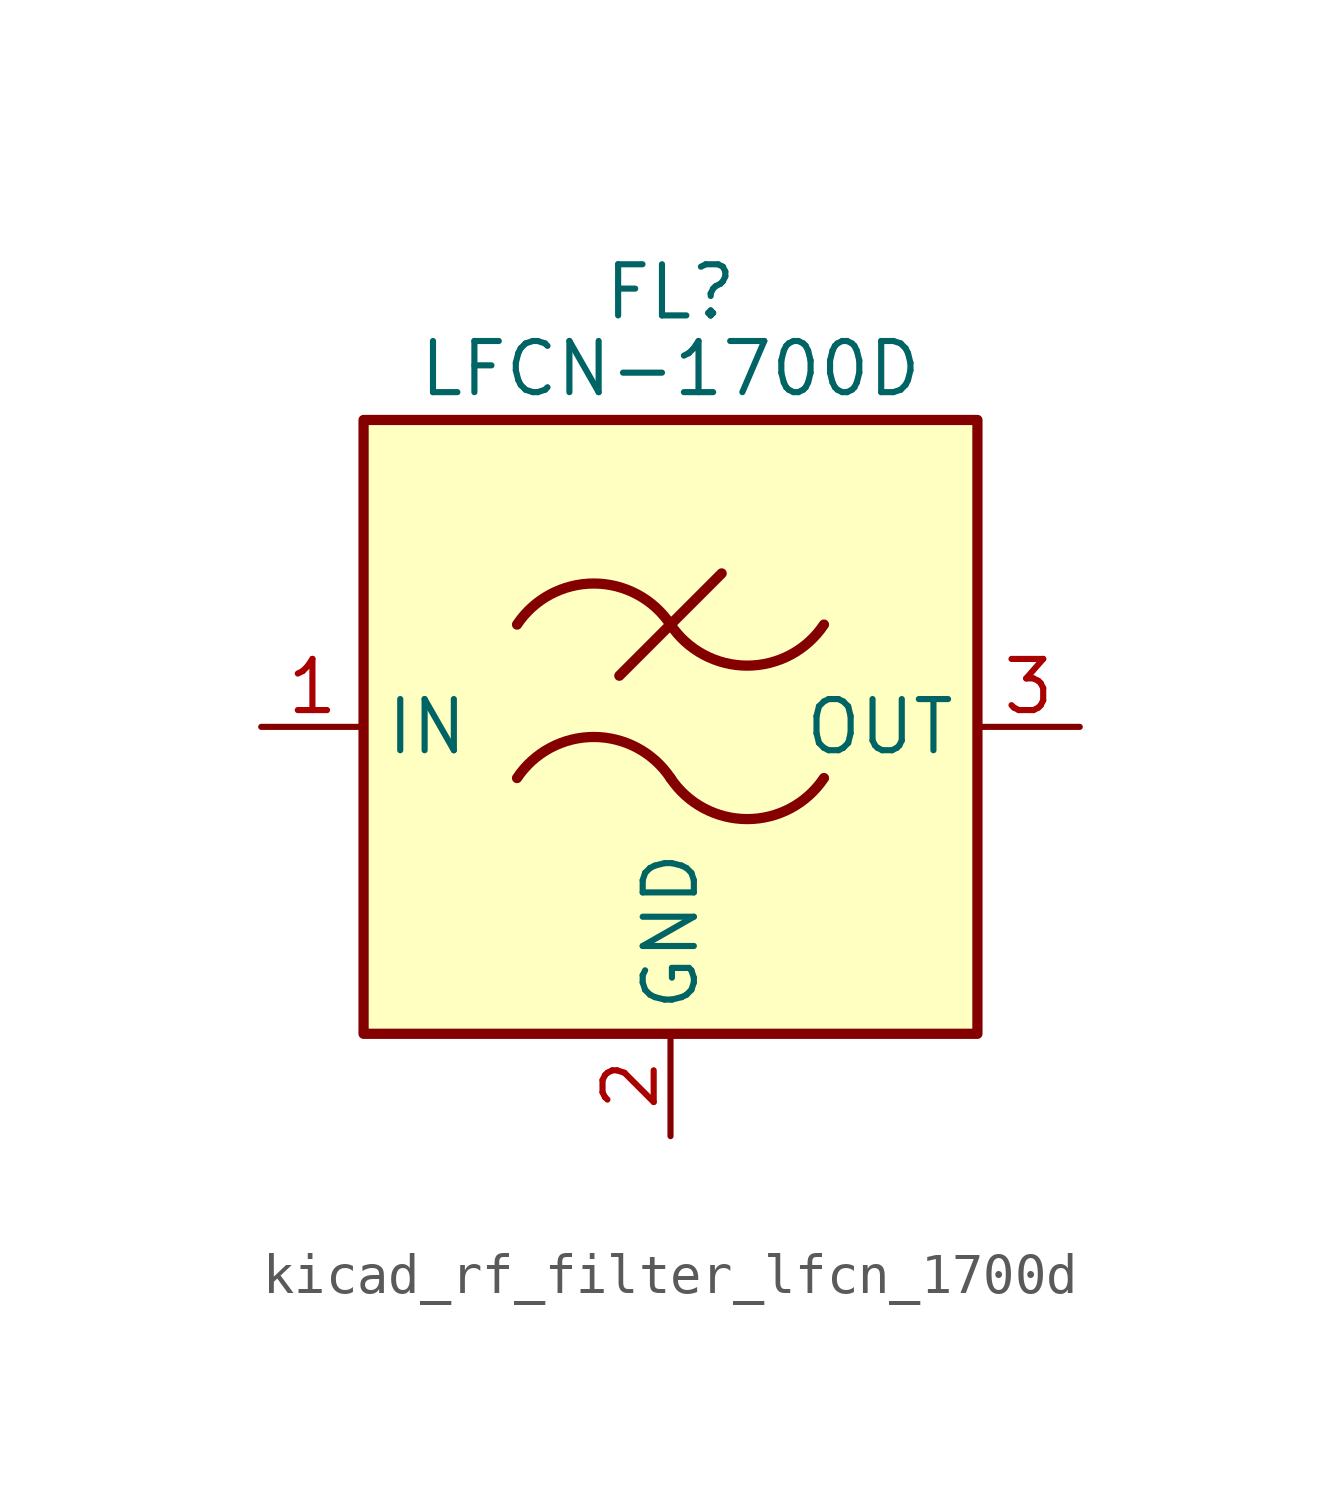
<source format=kicad_sym>
(kicad_symbol_lib
  (version 20220914)
  (generator kicad_symbol_editor)
  (symbol "kicad_rf_filter_lfcn_1700d"
    (property "Reference" "FL"
      (at 0 10.795 0)
      (effects (font (size 1.27 1.27))))
    (property "Value" "LFCN-1700D"
      (at 0 8.89 0)
      (effects (font (size 1.27 1.27))))
    (symbol "kicad_rf_filter_lfcn_1700d_0_1"
      (rectangle (start -7.62 7.62) (end 7.62 -7.62) (stroke (width 0.254) (type default)) (fill (type background)))
      (arc (start 0 -1.27) (mid -1.905 -0.2505) (end -3.81 -1.27) (stroke (width 0.254) (type default)) (fill (type none)))
      (arc (start 0 -1.27) (mid 1.905 -2.2895) (end 3.81 -1.27) (stroke (width 0.254) (type default)) (fill (type none)))
      (polyline (pts (xy -1.27 1.27) (xy 1.27 3.81)) (stroke (width 0.254) (type default)) (fill (type none)))
      (arc (start 0 2.54) (mid -1.905 3.5595) (end -3.81 2.54) (stroke (width 0.254) (type default)) (fill (type none)))
      (arc (start 0 2.54) (mid 1.905 1.5205) (end 3.81 2.54) (stroke (width 0.254) (type default)) (fill (type none))))
    (symbol "kicad_rf_filter_lfcn_1700d_1_1"
      (pin passive line (at -10.16 0 0) (length 2.54) (name "IN" (effects (font (size 1.27 1.27)))) (number "1" (effects (font (size 1.27 1.27)))))
      (pin passive line (at 0 -10.16 90) (length 2.54) (name "GND" (effects (font (size 1.27 1.27)))) (number "2" (effects (font (size 1.27 1.27)))))
      (pin passive line (at 10.16 0 180) (length 2.54) (name "OUT" (effects (font (size 1.27 1.27)))) (number "3" (effects (font (size 1.27 1.27)))))
      (pin passive line (at 0 -10.16 90) (length 2.54) hide (name "GND" (effects (font (size 1.27 1.27)))) (number "4" (effects (font (size 1.27 1.27))))))))
</source>
